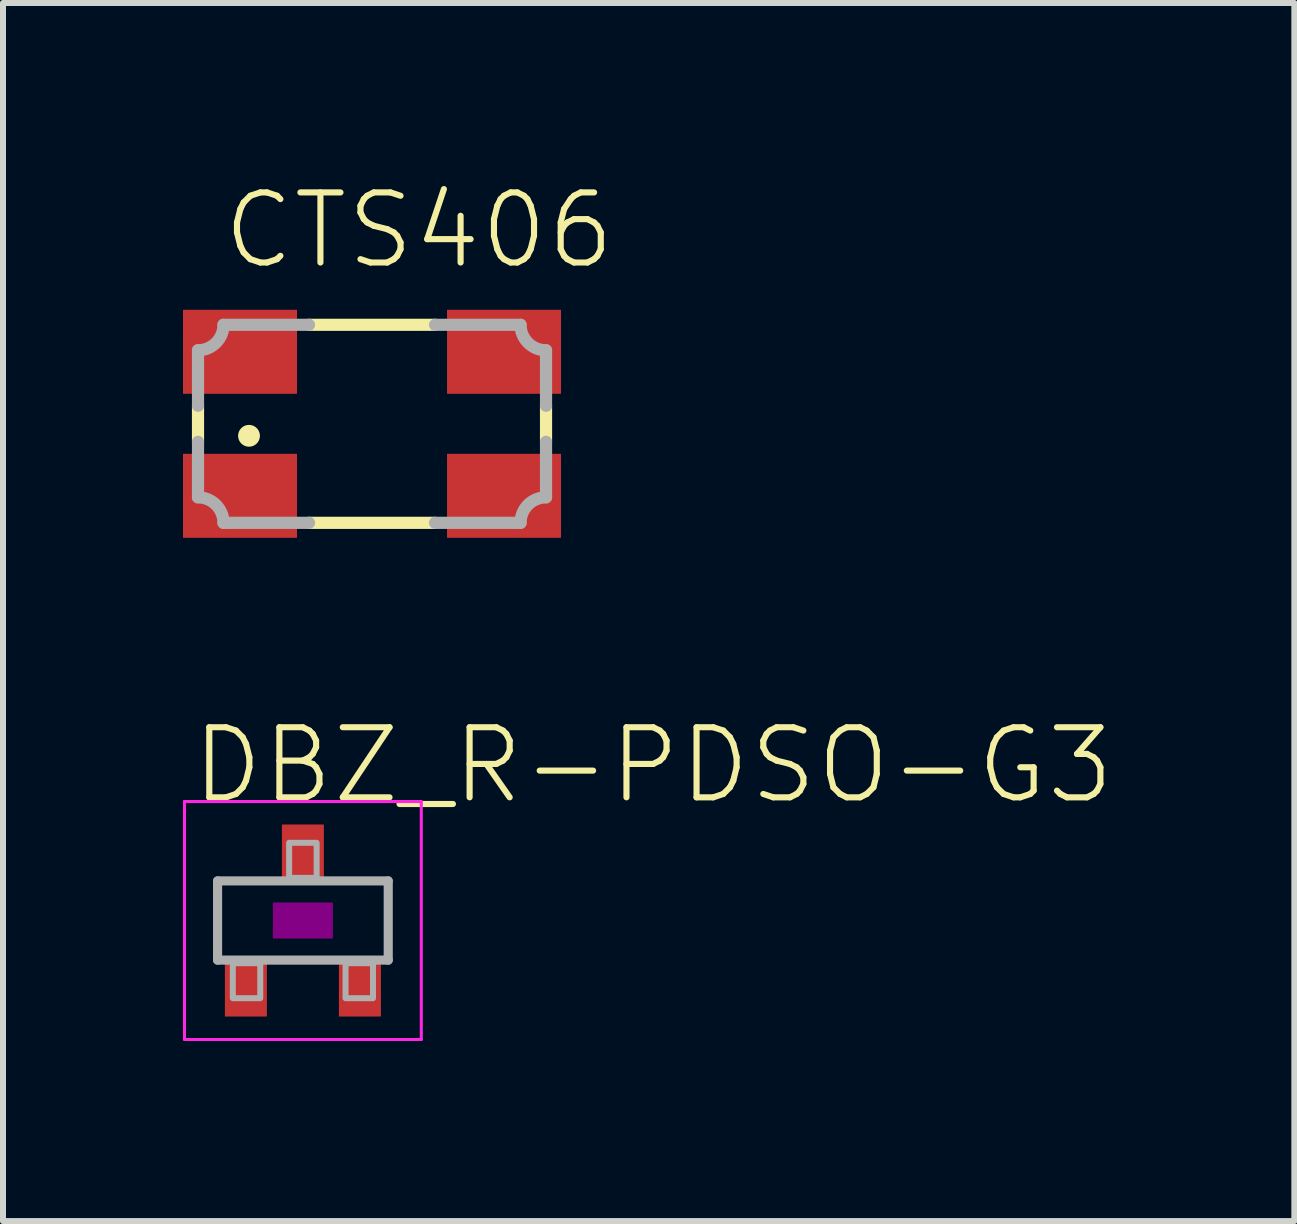
<source format=kicad_pcb>
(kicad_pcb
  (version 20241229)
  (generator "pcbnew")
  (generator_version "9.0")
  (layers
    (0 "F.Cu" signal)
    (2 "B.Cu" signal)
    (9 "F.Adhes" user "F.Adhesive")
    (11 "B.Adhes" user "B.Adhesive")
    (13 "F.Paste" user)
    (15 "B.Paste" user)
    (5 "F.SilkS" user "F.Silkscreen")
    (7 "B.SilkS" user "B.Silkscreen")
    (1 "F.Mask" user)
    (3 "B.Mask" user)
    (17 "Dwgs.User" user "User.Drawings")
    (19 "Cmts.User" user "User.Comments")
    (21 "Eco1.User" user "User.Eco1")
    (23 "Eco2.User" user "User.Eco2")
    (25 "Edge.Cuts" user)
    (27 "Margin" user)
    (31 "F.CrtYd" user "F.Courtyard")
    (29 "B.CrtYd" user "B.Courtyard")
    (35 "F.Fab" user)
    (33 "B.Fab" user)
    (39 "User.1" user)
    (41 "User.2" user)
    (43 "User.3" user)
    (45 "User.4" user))
  (footprint "DBZ_R-PDSO-G3"
    (layer "F.Cu")
    (at 1.998 12.291)
    (property "Reference" "DBZ_R-PDSO-G3" (at -1.905 -1.905 0) (layer "F.SilkS") (effects (font (size 1.168 1.168) (thickness 0.102)) (justify left bottom)))
    (fp_poly (pts (xy -0.5 0.3) (xy 0.5 0.3) (xy 0.5 -0.3) (xy -0.5 -0.3)) (stroke (width 0) (type solid)) (fill yes) (layer "F.Adhes"))
    (fp_line (start -1.973 -1.983) (end 1.973 -1.983) (stroke (width 0.051) (type solid)) (layer "F.CrtYd"))
    (fp_line (start -1.973 1.983) (end -1.973 -1.983) (stroke (width 0.051) (type solid)) (layer "F.CrtYd"))
    (fp_line (start 1.973 -1.983) (end 1.973 1.983) (stroke (width 0.051) (type solid)) (layer "F.CrtYd"))
    (fp_line (start 1.973 1.983) (end -1.973 1.983) (stroke (width 0.051) (type solid)) (layer "F.CrtYd"))
    (fp_line (start -1.422 -0.66) (end 1.422 -0.66) (stroke (width 0.152) (type solid)) (layer "F.Fab"))
    (fp_line (start -1.422 0.66) (end -1.422 -0.66) (stroke (width 0.152) (type solid)) (layer "F.Fab"))
    (fp_line (start 1.422 -0.66) (end 1.422 0.66) (stroke (width 0.152) (type solid)) (layer "F.Fab"))
    (fp_line (start 1.422 0.66) (end -1.422 0.66) (stroke (width 0.152) (type solid)) (layer "F.Fab"))
    (fp_poly (pts (xy -1.168 1.295) (xy -0.711 1.295) (xy -0.711 0.711) (xy -1.168 0.711)) (stroke (width 0.1) (type solid)) (fill no) (layer "F.Fab"))
    (fp_poly (pts (xy -0.229 -0.711) (xy 0.229 -0.711) (xy 0.229 -1.295) (xy -0.229 -1.295)) (stroke (width 0.1) (type solid)) (fill no) (layer "F.Fab"))
    (fp_poly (pts (xy 0.711 1.295) (xy 1.168 1.295) (xy 1.168 0.711) (xy 0.711 0.711)) (stroke (width 0.1) (type solid)) (fill no) (layer "F.Fab"))
    (pad "1" smd rect (at -0.95 1.1) (size 0.7 1) (layers "F.Cu" "F.Mask" "F.Paste"))
    (pad "2" smd rect (at 0.95 1.1) (size 0.7 1) (layers "F.Cu" "F.Mask" "F.Paste"))
    (pad "3" smd rect (at 0 -1.1) (size 0.7 1) (layers "F.Cu" "F.Mask" "F.Paste")))
  (footprint "CTS406"
    (layer "F.Cu")
    (at 3.15 4.013)
    (property "Reference" "CTS406" (at -2.54 -2.54 0) (layer "F.SilkS") (effects (font (size 1.168 1.168) (thickness 0.102)) (justify left bottom)))
    (fp_line (start -2.9 0.3) (end -2.9 -0.3) (stroke (width 0.203) (type solid)) (layer "F.SilkS"))
    (fp_line (start -1.05 -1.65) (end 1.05 -1.65) (stroke (width 0.203) (type solid)) (layer "F.SilkS"))
    (fp_line (start 1.05 1.65) (end -1.05 1.65) (stroke (width 0.203) (type solid)) (layer "F.SilkS"))
    (fp_line (start 2.9 -0.3) (end 2.9 0.3) (stroke (width 0.203) (type solid)) (layer "F.SilkS"))
    (fp_circle (center -2.05 0.2) (end -1.959 0.2) (stroke (width 0.182) (type solid)) (fill yes) (layer "F.SilkS"))
    (fp_line (start -2.9 -0.3) (end -2.9 -1.225) (stroke (width 0.203) (type solid)) (layer "F.Fab"))
    (fp_line (start -2.9 1.225) (end -2.9 0.3) (stroke (width 0.203) (type solid)) (layer "F.Fab"))
    (fp_line (start -2.475 -1.65) (end -1.05 -1.65) (stroke (width 0.203) (type solid)) (layer "F.Fab"))
    (fp_line (start -1.05 1.65) (end -2.475 1.65) (stroke (width 0.203) (type solid)) (layer "F.Fab"))
    (fp_line (start 1.05 -1.65) (end 2.475 -1.65) (stroke (width 0.203) (type solid)) (layer "F.Fab"))
    (fp_line (start 2.475 1.65) (end 1.05 1.65) (stroke (width 0.203) (type solid)) (layer "F.Fab"))
    (fp_line (start 2.9 -1.225) (end 2.9 -0.3) (stroke (width 0.203) (type solid)) (layer "F.Fab"))
    (fp_line (start 2.9 0.3) (end 2.9 1.225) (stroke (width 0.203) (type solid)) (layer "F.Fab"))
    (fp_arc (start -2.899998 1.225) (mid -2.600003 1.350005) (end -2.475 1.65) (stroke (width 0.2032) (type solid)) (layer "F.Fab"))
    (fp_arc (start -2.475 -1.649998) (mid -2.600005 -1.350003) (end -2.9 -1.225) (stroke (width 0.2032) (type solid)) (layer "F.Fab"))
    (fp_arc (start 2.475 1.649998) (mid 2.600005 1.350003) (end 2.9 1.225) (stroke (width 0.2032) (type solid)) (layer "F.Fab"))
    (fp_arc (start 2.899998 -1.225) (mid 2.600003 -1.350005) (end 2.475 -1.65) (stroke (width 0.2032) (type solid)) (layer "F.Fab"))
    (pad "1" smd rect (at -2.2 1.2) (size 1.9 1.4) (layers "F.Cu" "F.Mask" "F.Paste"))
    (pad "2" smd rect (at 2.2 1.2) (size 1.9 1.4) (layers "F.Cu" "F.Mask" "F.Paste"))
    (pad "3" smd rect (at 2.2 -1.2) (size 1.9 1.4) (layers "F.Cu" "F.Mask" "F.Paste"))
    (pad "4" smd rect (at -2.2 -1.2) (size 1.9 1.4) (layers "F.Cu" "F.Mask" "F.Paste")))
  (gr_rect
    (start -3 -3)
    (end 18.521 17.3)
    (stroke (width 0.1) (type default))
    (fill no)
    (layer "Edge.Cuts")))
</source>
